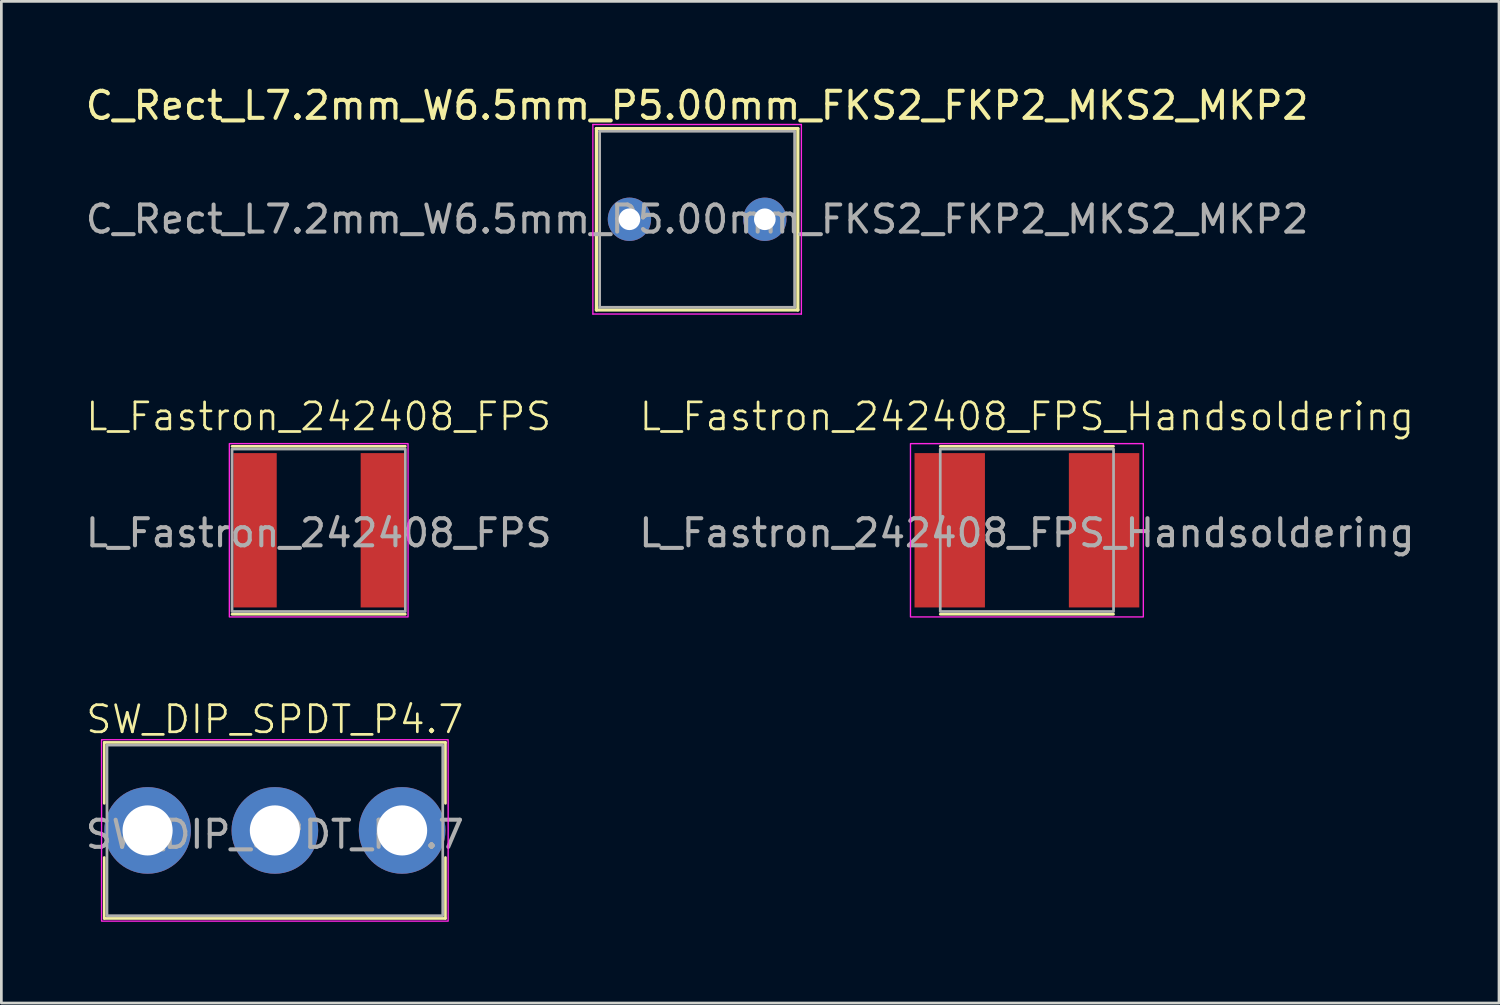
<source format=kicad_pcb>
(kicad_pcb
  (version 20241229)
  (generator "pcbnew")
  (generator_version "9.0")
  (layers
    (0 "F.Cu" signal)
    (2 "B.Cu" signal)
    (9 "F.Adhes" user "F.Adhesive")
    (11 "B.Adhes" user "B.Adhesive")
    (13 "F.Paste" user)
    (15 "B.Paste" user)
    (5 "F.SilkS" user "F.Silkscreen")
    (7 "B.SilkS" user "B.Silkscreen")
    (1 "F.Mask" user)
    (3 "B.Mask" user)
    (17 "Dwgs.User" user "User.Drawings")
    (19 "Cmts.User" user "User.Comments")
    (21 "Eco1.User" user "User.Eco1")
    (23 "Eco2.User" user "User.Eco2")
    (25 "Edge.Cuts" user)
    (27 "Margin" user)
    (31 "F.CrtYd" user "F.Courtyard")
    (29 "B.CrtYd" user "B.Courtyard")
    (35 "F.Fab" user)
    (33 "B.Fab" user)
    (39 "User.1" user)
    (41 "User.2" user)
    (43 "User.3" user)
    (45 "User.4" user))
  (footprint "SW_DIP_SPDT_P4.7"
    (layer "F.Cu")
    (at 7.101 27.619)
    (property "Reference" "SW_DIP_SPDT_P4.7" (at 0 -4.1 0) (unlocked yes) (layer "F.SilkS") (effects (font (size 1 1) (thickness 0.1))))
    (attr through_hole)
    (fp_line (start -6.3 -3.25) (end 6.3 -3.25) (stroke (width 0.1) (type default)) (layer "F.SilkS"))
    (fp_line (start -6.3 -1) (end -6.3 -3.25) (stroke (width 0.1) (type default)) (layer "F.SilkS"))
    (fp_line (start -6.3 1) (end -6.3 3.25) (stroke (width 0.1) (type default)) (layer "F.SilkS"))
    (fp_line (start -6.3 3.25) (end 6.3 3.25) (stroke (width 0.1) (type default)) (layer "F.SilkS"))
    (fp_line (start 6.3 -3.25) (end 6.3 -1) (stroke (width 0.1) (type default)) (layer "F.SilkS"))
    (fp_line (start 6.3 3.25) (end 6.3 1) (stroke (width 0.1) (type default)) (layer "F.SilkS"))
    (fp_rect (start -6.4 -3.35) (end 6.4 3.35) (stroke (width 0.05) (type default)) (fill no) (layer "F.CrtYd"))
    (fp_rect (start -6.2 -3.15) (end 6.2 3.15) (stroke (width 0.1) (type default)) (fill no) (layer "F.Fab"))
    (fp_text user "${REFERENCE}" (at 0 0.15 0) (unlocked yes) (layer "F.Fab") (effects (font (size 1 1) (thickness 0.15))))
    (pad "1" thru_hole circle (at -4.7 0) (size 3.2 3.2) (drill 1.85) (layers "*.Cu" "*.Mask"))
    (pad "2" thru_hole circle (at 0 0) (size 3.2 3.2) (drill 1.85) (layers "*.Cu" "*.Mask"))
    (pad "3" thru_hole circle (at 4.7 0) (size 3.2 3.2) (drill 1.85) (layers "*.Cu" "*.Mask")))
  (footprint "C_Rect_L7.2mm_W6.5mm_P5.00mm_FKS2_FKP2_MKS2_MKP2"
    (layer "F.Cu")
    (at 20.196 5.048)
    (property "Reference" "C_Rect_L7.2mm_W6.5mm_P5.00mm_FKS2_FKP2_MKS2_MKP2" (at 2.5 -4.2 0) (layer "F.SilkS") (effects (font (size 1 1) (thickness 0.15))))
    (attr through_hole)
    (fp_line (start -1.22 -3.35) (end -1.22 3.35) (stroke (width 0.12) (type solid)) (layer "F.SilkS"))
    (fp_line (start -1.22 -3.35) (end 6.22 -3.35) (stroke (width 0.12) (type solid)) (layer "F.SilkS"))
    (fp_line (start -1.22 3.35) (end 6.22 3.35) (stroke (width 0.12) (type solid)) (layer "F.SilkS"))
    (fp_line (start 6.22 -3.35) (end 6.22 3.35) (stroke (width 0.12) (type solid)) (layer "F.SilkS"))
    (fp_line (start -1.35 -3.5) (end -1.35 3.5) (stroke (width 0.05) (type solid)) (layer "F.CrtYd"))
    (fp_line (start -1.35 3.5) (end 6.35 3.5) (stroke (width 0.05) (type solid)) (layer "F.CrtYd"))
    (fp_line (start 6.35 -3.5) (end -1.35 -3.5) (stroke (width 0.05) (type solid)) (layer "F.CrtYd"))
    (fp_line (start 6.35 3.5) (end 6.35 -3.5) (stroke (width 0.05) (type solid)) (layer "F.CrtYd"))
    (fp_line (start -1.1 -3.25) (end -1.1 3.25) (stroke (width 0.1) (type solid)) (layer "F.Fab"))
    (fp_line (start -1.1 3.25) (end 6.1 3.25) (stroke (width 0.1) (type solid)) (layer "F.Fab"))
    (fp_line (start 6.1 -3.25) (end -1.1 -3.25) (stroke (width 0.1) (type solid)) (layer "F.Fab"))
    (fp_line (start 6.1 3.25) (end 6.1 -3.25) (stroke (width 0.1) (type solid)) (layer "F.Fab"))
    (fp_text user "${REFERENCE}" (at 2.5 0 0) (layer "F.Fab") (effects (font (size 1 1) (thickness 0.15))))
    (pad "1" thru_hole circle (at 0 0) (size 1.6 1.6) (drill 0.8) (layers "*.Cu" "*.Mask"))
    (pad "2" thru_hole circle (at 5 0) (size 1.6 1.6) (drill 0.8) (layers "*.Cu" "*.Mask")))
  (footprint "L_Fastron_242408_FPS"
    (layer "F.Cu")
    (at 8.72 16.534)
    (property "Reference" "L_Fastron_242408_FPS" (at 0 -4.2 0) (unlocked yes) (layer "F.SilkS") (effects (font (size 1 1) (thickness 0.1))))
    (attr smd)
    (fp_line (start -3.2 -3.1) (end 3.2 -3.1) (stroke (width 0.1) (type default)) (layer "F.SilkS"))
    (fp_line (start -3.2 3.1) (end 3.2 3.1) (stroke (width 0.1) (type default)) (layer "F.SilkS"))
    (fp_rect (start -3.3 3.2) (end 3.3 -3.2) (stroke (width 0.05) (type default)) (fill no) (layer "F.CrtYd"))
    (fp_rect (start -3.2 3) (end 3.2 -3) (stroke (width 0.1) (type default)) (fill no) (layer "F.Fab"))
    (fp_text user "${REFERENCE}" (at 0 0.1 0) (unlocked yes) (layer "F.Fab") (effects (font (size 1 1) (thickness 0.15))))
    (pad "1" smd rect (at -2.35 0) (size 1.6 5.7) (layers "F.Cu" "F.Mask" "F.Paste"))
    (pad "2" smd rect (at 2.35 0) (size 1.6 5.7) (layers "F.Cu" "F.Mask" "F.Paste")))
  (footprint "L_Fastron_242408_FPS_Handsoldering"
    (layer "F.Cu")
    (at 34.875 16.534)
    (property "Reference" "L_Fastron_242408_FPS_Handsoldering" (at 0 -4.2 0) (unlocked yes) (layer "F.SilkS") (effects (font (size 1 1) (thickness 0.1))))
    (attr smd)
    (fp_line (start -3.2 -3.1) (end 3.2 -3.1) (stroke (width 0.1) (type default)) (layer "F.SilkS"))
    (fp_line (start -3.2 3.1) (end 3.2 3.1) (stroke (width 0.1) (type default)) (layer "F.SilkS"))
    (fp_rect (start -4.3 3.2) (end 4.3 -3.2) (stroke (width 0.05) (type default)) (fill no) (layer "F.CrtYd"))
    (fp_rect (start -3.2 3) (end 3.2 -3) (stroke (width 0.1) (type default)) (fill no) (layer "F.Fab"))
    (fp_text user "${REFERENCE}" (at 0 0.1 0) (unlocked yes) (layer "F.Fab") (effects (font (size 1 1) (thickness 0.15))))
    (pad "1" smd rect (at -2.85 0) (size 2.6 5.7) (layers "F.Cu" "F.Mask" "F.Paste"))
    (pad "2" smd rect (at 2.85 0) (size 2.6 5.7) (layers "F.Cu" "F.Mask" "F.Paste")))
  (gr_rect
    (start -3 -3)
    (end 52.31 33.994)
    (stroke (width 0.1) (type default))
    (fill no)
    (layer "Edge.Cuts")))
</source>
